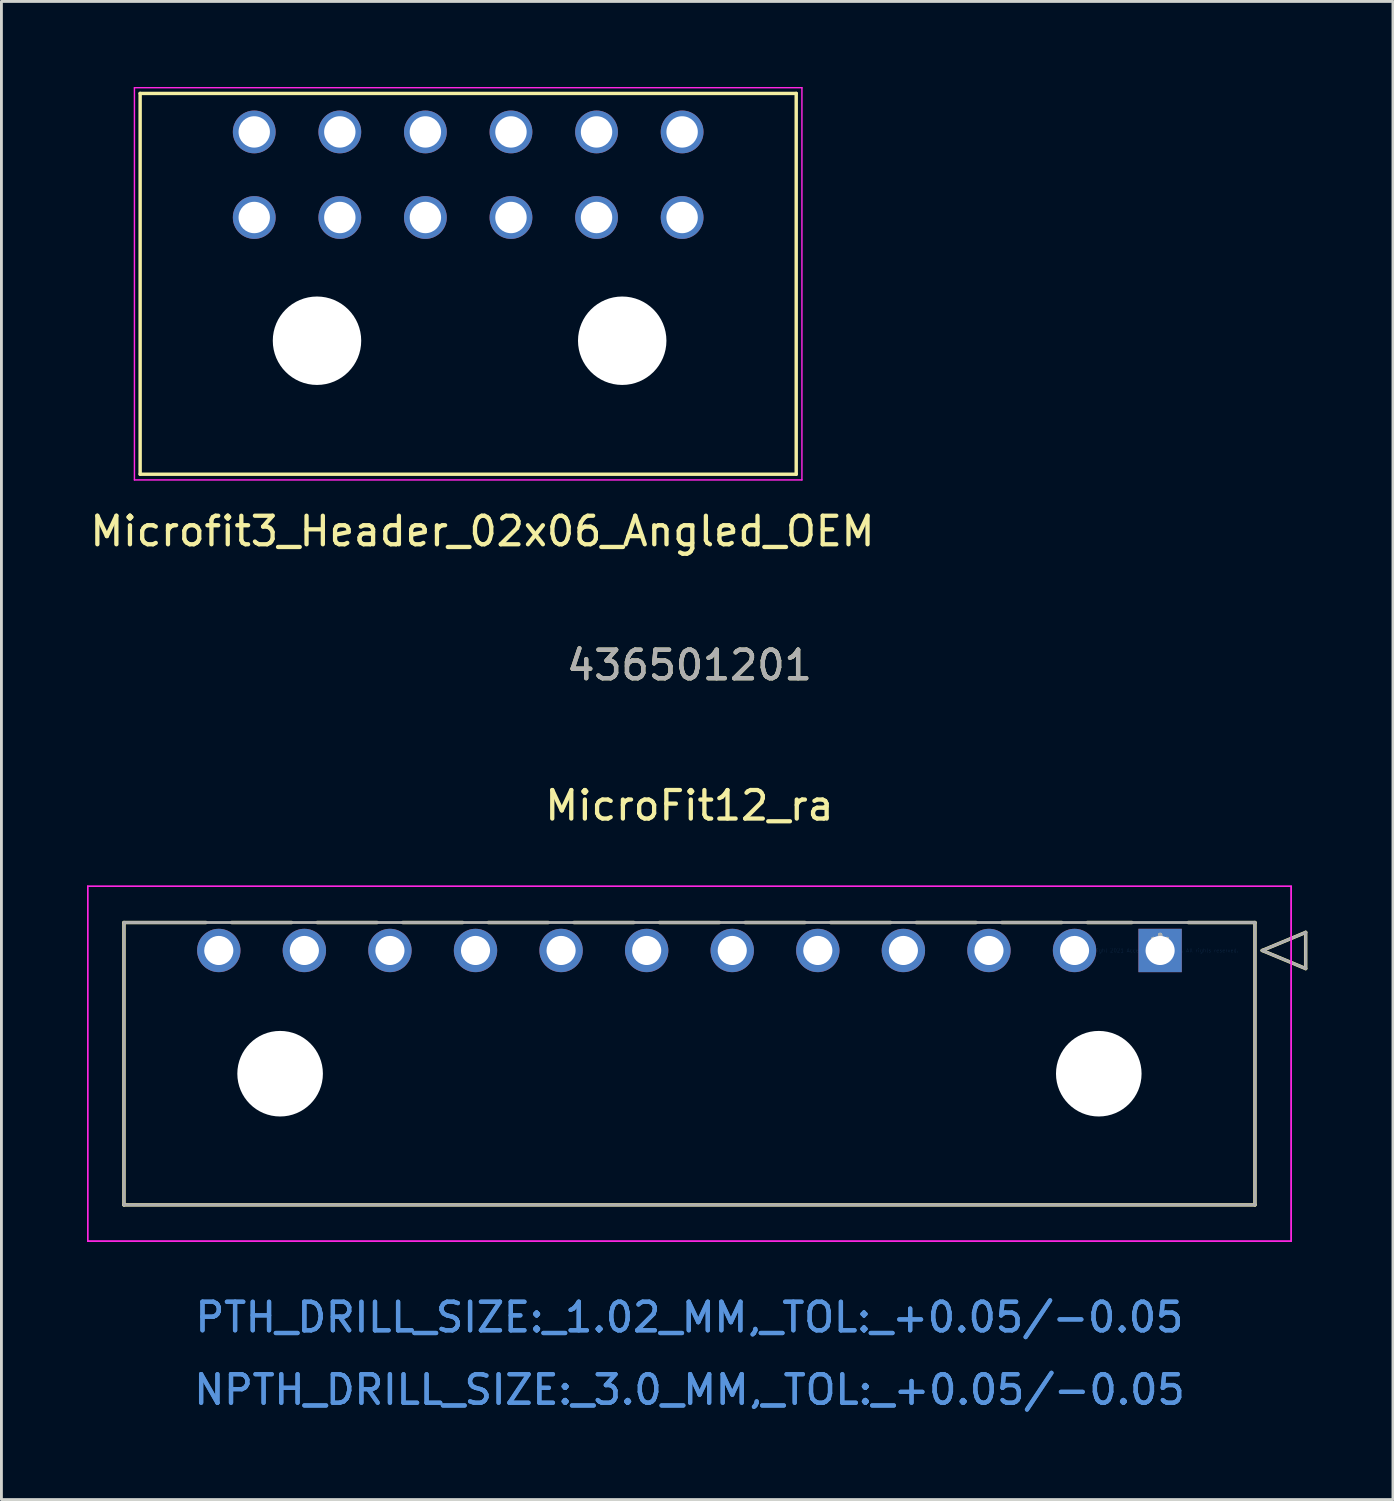
<source format=kicad_pcb>
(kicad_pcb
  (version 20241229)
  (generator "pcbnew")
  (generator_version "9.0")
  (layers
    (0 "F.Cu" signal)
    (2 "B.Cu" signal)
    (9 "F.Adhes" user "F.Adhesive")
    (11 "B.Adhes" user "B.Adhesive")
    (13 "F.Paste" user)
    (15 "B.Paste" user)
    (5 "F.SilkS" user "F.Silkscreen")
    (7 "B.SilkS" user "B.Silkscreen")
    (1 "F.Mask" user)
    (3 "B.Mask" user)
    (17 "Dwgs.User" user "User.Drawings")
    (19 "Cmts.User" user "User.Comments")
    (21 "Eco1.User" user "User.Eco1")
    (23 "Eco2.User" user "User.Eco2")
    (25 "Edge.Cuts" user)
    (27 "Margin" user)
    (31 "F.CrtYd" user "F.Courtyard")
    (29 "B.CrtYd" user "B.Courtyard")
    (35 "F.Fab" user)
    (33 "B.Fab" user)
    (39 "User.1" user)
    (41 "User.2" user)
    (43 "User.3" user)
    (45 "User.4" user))
  (footprint "Microfit3_Header_02x06_Angled_OEM"
    (layer "F.Cu")
    (at 20.863 4.575)
    (property "Reference" "Microfit3_Header_02x06_Angled_OEM" (at -7 11 0) (layer "F.SilkS") (effects (font (size 1 1) (thickness 0.15))))
    (attr through_hole)
    (fp_line (start -19 -4.35) (end 4 -4.35) (stroke (width 0.12) (type solid)) (layer "F.SilkS"))
    (fp_line (start -19 9) (end -19 -4.35) (stroke (width 0.12) (type solid)) (layer "F.SilkS"))
    (fp_line (start 4 -4.35) (end 4 9) (stroke (width 0.12) (type solid)) (layer "F.SilkS"))
    (fp_line (start 4 9) (end -19 9) (stroke (width 0.12) (type solid)) (layer "F.SilkS"))
    (fp_line (start -19.2 -4.55) (end -19.2 9.2) (stroke (width 0.05) (type solid)) (layer "F.CrtYd"))
    (fp_line (start -19.2 9.2) (end 4.2 9.2) (stroke (width 0.05) (type solid)) (layer "F.CrtYd"))
    (fp_line (start 4.2 -4.55) (end -19.2 -4.55) (stroke (width 0.05) (type solid)) (layer "F.CrtYd"))
    (fp_line (start 4.2 9.2) (end 4.2 -4.55) (stroke (width 0.05) (type solid)) (layer "F.CrtYd"))
    (pad "" np_thru_hole circle (at -12.8 4.32) (size 3.1 3.1) (drill 3.1) (layers "*.Cu" "*.Mask"))
    (pad "" np_thru_hole circle (at -2.1 4.32) (size 3.1 3.1) (drill 3.1) (layers "*.Cu" "*.Mask"))
    (pad "1" thru_hole circle (at 0 0) (size 1.5 1.5) (drill 1.1) (layers "*.Cu" "*.Mask"))
    (pad "2" thru_hole circle (at -3 0) (size 1.5 1.5) (drill 1.1) (layers "*.Cu" "*.Mask"))
    (pad "3" thru_hole circle (at -6 0) (size 1.5 1.5) (drill 1.1) (layers "*.Cu" "*.Mask"))
    (pad "4" thru_hole circle (at -9 0) (size 1.5 1.5) (drill 1.1) (layers "*.Cu" "*.Mask"))
    (pad "5" thru_hole circle (at -12 0) (size 1.5 1.5) (drill 1.1) (layers "*.Cu" "*.Mask"))
    (pad "6" thru_hole circle (at -15 0) (size 1.5 1.5) (drill 1.1) (layers "*.Cu" "*.Mask"))
    (pad "7" thru_hole circle (at 0 -3) (size 1.5 1.5) (drill 1.1) (layers "*.Cu" "*.Mask"))
    (pad "8" thru_hole circle (at -3 -3) (size 1.5 1.5) (drill 1.1) (layers "*.Cu" "*.Mask"))
    (pad "9" thru_hole circle (at -6 -3) (size 1.5 1.5) (drill 1.1) (layers "*.Cu" "*.Mask"))
    (pad "10" thru_hole circle (at -9 -3) (size 1.5 1.5) (drill 1.1) (layers "*.Cu" "*.Mask"))
    (pad "11" thru_hole circle (at -12 -3) (size 1.5 1.5) (drill 1.1) (layers "*.Cu" "*.Mask"))
    (pad "12" thru_hole circle (at -15 -3) (size 1.5 1.5) (drill 1.1) (layers "*.Cu" "*.Mask")))
  (footprint "MicroFit12_ra"
    (layer "F.Cu")
    (at 37.62 30.271)
    (property "Reference" "MicroFit12_ra" (at -16.5 -5.08 0) (layer "F.SilkS") (effects (font (size 1 1) (thickness 0.15))))
    (attr through_hole)
    (fp_line (start -36.325 -0.98) (end -36.325 8.92) (stroke (width 0.12) (type solid)) (layer "F.SilkS"))
    (fp_line (start -36.325 8.92) (end 3.325 8.92) (stroke (width 0.12) (type solid)) (layer "F.SilkS"))
    (fp_line (start -33.448 -0.98) (end -36.325 -0.98) (stroke (width 0.12) (type solid)) (layer "F.SilkS"))
    (fp_line (start -30.448 -0.98) (end -32.552 -0.98) (stroke (width 0.12) (type solid)) (layer "F.SilkS"))
    (fp_line (start -27.448 -0.98) (end -29.552 -0.98) (stroke (width 0.12) (type solid)) (layer "F.SilkS"))
    (fp_line (start -24.448 -0.98) (end -26.552 -0.98) (stroke (width 0.12) (type solid)) (layer "F.SilkS"))
    (fp_line (start -21.448 -0.98) (end -23.552 -0.98) (stroke (width 0.12) (type solid)) (layer "F.SilkS"))
    (fp_line (start -18.448 -0.98) (end -20.552 -0.98) (stroke (width 0.12) (type solid)) (layer "F.SilkS"))
    (fp_line (start -15.448 -0.98) (end -17.552 -0.98) (stroke (width 0.12) (type solid)) (layer "F.SilkS"))
    (fp_line (start -12.448 -0.98) (end -14.552 -0.98) (stroke (width 0.12) (type solid)) (layer "F.SilkS"))
    (fp_line (start -9.448 -0.98) (end -11.552 -0.98) (stroke (width 0.12) (type solid)) (layer "F.SilkS"))
    (fp_line (start -6.448 -0.98) (end -8.552 -0.98) (stroke (width 0.12) (type solid)) (layer "F.SilkS"))
    (fp_line (start -3.448 -0.98) (end -5.552 -0.98) (stroke (width 0.12) (type solid)) (layer "F.SilkS"))
    (fp_line (start -0.989 -0.98) (end -2.552 -0.98) (stroke (width 0.12) (type solid)) (layer "F.SilkS"))
    (fp_line (start 3.325 -0.98) (end 0.989 -0.98) (stroke (width 0.12) (type solid)) (layer "F.SilkS"))
    (fp_line (start 3.325 8.92) (end 3.325 -0.98) (stroke (width 0.12) (type solid)) (layer "F.SilkS"))
    (fp_line (start 3.579 0) (end 5.103 -0.635) (stroke (width 0.12) (type solid)) (layer "F.SilkS"))
    (fp_line (start 5.103 -0.635) (end 5.103 0.635) (stroke (width 0.12) (type solid)) (layer "F.SilkS"))
    (fp_line (start 5.103 0.635) (end 3.579 0) (stroke (width 0.12) (type solid)) (layer "F.SilkS"))
    (fp_line (start -37.595 -2.25) (end -37.595 10.19) (stroke (width 0.05) (type solid)) (layer "F.CrtYd"))
    (fp_line (start -37.595 -2.25) (end -37.595 10.19) (stroke (width 0.05) (type solid)) (layer "F.CrtYd"))
    (fp_line (start -37.595 10.19) (end 4.595 10.19) (stroke (width 0.05) (type solid)) (layer "F.CrtYd"))
    (fp_line (start -37.595 10.19) (end 4.595 10.19) (stroke (width 0.05) (type solid)) (layer "F.CrtYd"))
    (fp_line (start 4.595 -2.25) (end -37.595 -2.25) (stroke (width 0.05) (type solid)) (layer "F.CrtYd"))
    (fp_line (start 4.595 -2.25) (end -37.595 -2.25) (stroke (width 0.05) (type solid)) (layer "F.CrtYd"))
    (fp_line (start 4.595 10.19) (end 4.595 -2.25) (stroke (width 0.05) (type solid)) (layer "F.CrtYd"))
    (fp_line (start 4.595 10.19) (end 4.595 -2.25) (stroke (width 0.05) (type solid)) (layer "F.CrtYd"))
    (fp_line (start -36.325 -0.98) (end -36.325 8.92) (stroke (width 0.1) (type solid)) (layer "F.Fab"))
    (fp_line (start -36.325 8.92) (end 3.325 8.92) (stroke (width 0.1) (type solid)) (layer "F.Fab"))
    (fp_line (start 3.325 -0.98) (end -36.325 -0.98) (stroke (width 0.1) (type solid)) (layer "F.Fab"))
    (fp_line (start 3.325 8.92) (end 3.325 -0.98) (stroke (width 0.1) (type solid)) (layer "F.Fab"))
    (fp_line (start 3.579 0) (end 5.103 -0.635) (stroke (width 0.1) (type solid)) (layer "F.Fab"))
    (fp_line (start 5.103 -0.635) (end 5.103 0.635) (stroke (width 0.1) (type solid)) (layer "F.Fab"))
    (fp_line (start 5.103 0.635) (end 3.579 0) (stroke (width 0.1) (type solid)) (layer "F.Fab"))
    (fp_text user "*" (at 0 0 0) (layer "F.SilkS") (effects (font (size 1 1) (thickness 0.15))))
    (fp_text user "436501201" (at -16.5 -10 0) (layer "F.SilkS") (effects (font (size 1 1) (thickness 0.15))))
    (fp_text user "NPTH_DRILL_SIZE:_3.0_MM,_TOL:_+0.05/-0.05" (at -16.5 15.4 0) (layer "Cmts.User") (effects (font (size 1 1) (thickness 0.15))))
    (fp_text user "Copyright 2021 Accelerated Designs. All rights reserved." (at 0 0 0) (layer "Cmts.User") (effects (font (size 0.127 0.127) (thickness 0.002))))
    (fp_text user "PTH_DRILL_SIZE:_1.02_MM,_TOL:_+0.05/-0.05" (at -16.5 12.86 0) (layer "Cmts.User") (effects (font (size 1 1) (thickness 0.15))))
    (fp_text user "NPTH_DRILL_SIZE:_3.0_MM,_TOL:_+0.05/-0.05" (at -16.5 15.4 0) (layer "Cmts.User") (effects (font (size 1 1) (thickness 0.15))))
    (fp_text user "PTH_DRILL_SIZE:_1.02_MM,_TOL:_+0.05/-0.05" (at -16.5 12.86 0) (layer "Cmts.User") (effects (font (size 1 1) (thickness 0.15))))
    (fp_text user "436501201" (at -16.5 -10 0) (layer "F.Fab") (effects (font (size 1 1) (thickness 0.15))))
    (fp_text user "*" (at 0 0 0) (layer "F.Fab") (effects (font (size 1 1) (thickness 0.15))))
    (pad "" np_thru_hole circle (at -30.85 4.32) (size 3 3) (drill 3) (layers "*.Cu" "*.Mask"))
    (pad "" np_thru_hole circle (at -2.15 4.32) (size 3 3) (drill 3) (layers "*.Cu" "*.Mask"))
    (pad "1" thru_hole rect (at 0 0) (size 1.52 1.52) (drill 1.02) (layers "*.Cu" "*.Mask"))
    (pad "2" thru_hole circle (at -3 0) (size 1.52 1.52) (drill 1.02) (layers "*.Cu" "*.Mask"))
    (pad "3" thru_hole circle (at -6 0) (size 1.52 1.52) (drill 1.02) (layers "*.Cu" "*.Mask"))
    (pad "4" thru_hole circle (at -9 0) (size 1.52 1.52) (drill 1.02) (layers "*.Cu" "*.Mask"))
    (pad "5" thru_hole circle (at -12 0) (size 1.52 1.52) (drill 1.02) (layers "*.Cu" "*.Mask"))
    (pad "6" thru_hole circle (at -15 0) (size 1.52 1.52) (drill 1.02) (layers "*.Cu" "*.Mask"))
    (pad "7" thru_hole circle (at -18 0) (size 1.52 1.52) (drill 1.02) (layers "*.Cu" "*.Mask"))
    (pad "8" thru_hole circle (at -21 0) (size 1.52 1.52) (drill 1.02) (layers "*.Cu" "*.Mask"))
    (pad "9" thru_hole circle (at -24 0) (size 1.52 1.52) (drill 1.02) (layers "*.Cu" "*.Mask"))
    (pad "10" thru_hole circle (at -27 0) (size 1.52 1.52) (drill 1.02) (layers "*.Cu" "*.Mask"))
    (pad "11" thru_hole circle (at -30 0) (size 1.52 1.52) (drill 1.02) (layers "*.Cu" "*.Mask"))
    (pad "12" thru_hole circle (at -33 0) (size 1.52 1.52) (drill 1.02) (layers "*.Cu" "*.Mask")))
  (gr_rect
    (start -3 -3)
    (end 45.783 49.52)
    (stroke (width 0.1) (type default))
    (fill no)
    (layer "Edge.Cuts")))
</source>
